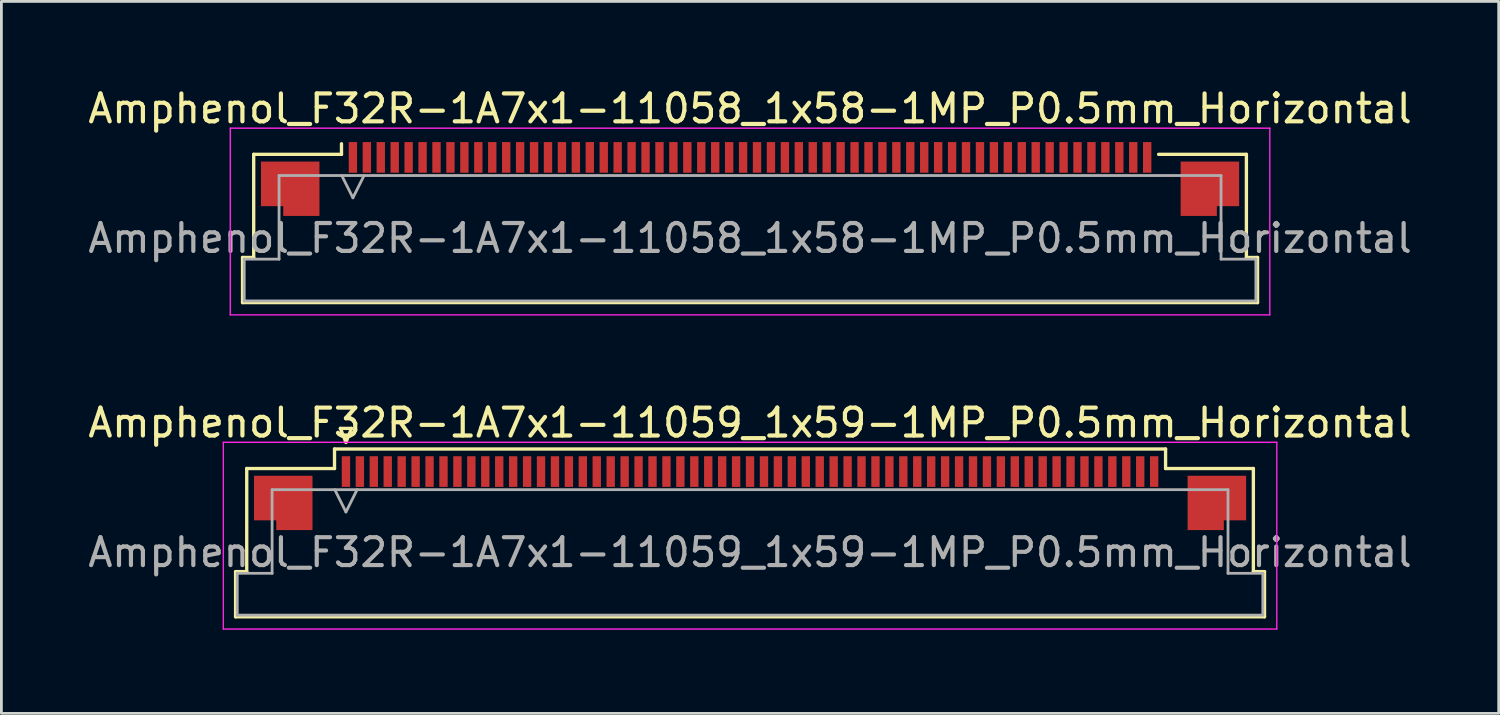
<source format=kicad_pcb>
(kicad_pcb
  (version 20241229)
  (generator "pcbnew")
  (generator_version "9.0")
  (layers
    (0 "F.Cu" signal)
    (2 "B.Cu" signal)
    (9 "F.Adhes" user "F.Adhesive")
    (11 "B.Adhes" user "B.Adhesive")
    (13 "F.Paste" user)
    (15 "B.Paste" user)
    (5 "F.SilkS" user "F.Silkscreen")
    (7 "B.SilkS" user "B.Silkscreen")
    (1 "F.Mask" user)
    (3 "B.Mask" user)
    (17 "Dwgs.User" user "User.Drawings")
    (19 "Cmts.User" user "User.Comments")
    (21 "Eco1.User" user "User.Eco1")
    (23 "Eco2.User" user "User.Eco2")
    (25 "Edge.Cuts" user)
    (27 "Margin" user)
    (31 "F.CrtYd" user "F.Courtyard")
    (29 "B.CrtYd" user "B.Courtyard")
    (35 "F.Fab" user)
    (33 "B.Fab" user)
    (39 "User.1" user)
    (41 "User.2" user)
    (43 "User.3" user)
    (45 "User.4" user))
  (footprint "Amphenol_F32R-1A7x1-11059_1x59-1MP_P0.5mm_Horizontal"
    (layer "F.Cu")
    (at 23.863 16.771)
    (property "Reference" "Amphenol_F32R-1A7x1-11059_1x59-1MP_P0.5mm_Horizontal" (at 0 -4.65 0) (layer "F.SilkS") (effects (font (size 1 1) (thickness 0.15))))
    (attr smd)
    (fp_line (start -18.46 0.69) (end -18.06 0.69) (stroke (width 0.12) (type solid)) (layer "F.SilkS"))
    (fp_line (start -18.46 2.31) (end -18.46 0.69) (stroke (width 0.12) (type solid)) (layer "F.SilkS"))
    (fp_line (start -18.06 -3.01) (end -14.91 -3.01) (stroke (width 0.12) (type solid)) (layer "F.SilkS"))
    (fp_line (start -18.06 0.69) (end -18.06 -3.01) (stroke (width 0.12) (type solid)) (layer "F.SilkS"))
    (fp_line (start -14.91 -3.71) (end 14.91 -3.71) (stroke (width 0.12) (type solid)) (layer "F.SilkS"))
    (fp_line (start -14.91 -3.01) (end -14.91 -3.71) (stroke (width 0.12) (type solid)) (layer "F.SilkS"))
    (fp_line (start -14.7 -4.45) (end -14.5 -3.95) (stroke (width 0.12) (type solid)) (layer "F.SilkS"))
    (fp_line (start -14.5 -3.95) (end -14.3 -4.45) (stroke (width 0.12) (type solid)) (layer "F.SilkS"))
    (fp_line (start -14.3 -4.45) (end -14.7 -4.45) (stroke (width 0.12) (type solid)) (layer "F.SilkS"))
    (fp_line (start 14.91 -3.71) (end 14.91 -3.01) (stroke (width 0.12) (type solid)) (layer "F.SilkS"))
    (fp_line (start 14.91 -3.01) (end 18.06 -3.01) (stroke (width 0.12) (type solid)) (layer "F.SilkS"))
    (fp_line (start 18.06 -3.01) (end 18.06 0.69) (stroke (width 0.12) (type solid)) (layer "F.SilkS"))
    (fp_line (start 18.06 0.69) (end 18.46 0.69) (stroke (width 0.12) (type solid)) (layer "F.SilkS"))
    (fp_line (start 18.46 0.69) (end 18.46 2.31) (stroke (width 0.12) (type solid)) (layer "F.SilkS"))
    (fp_line (start 18.46 2.31) (end -18.46 2.31) (stroke (width 0.12) (type solid)) (layer "F.SilkS"))
    (fp_line (start -18.9 -3.95) (end -18.9 2.75) (stroke (width 0.05) (type solid)) (layer "F.CrtYd"))
    (fp_line (start -18.9 2.75) (end 18.9 2.75) (stroke (width 0.05) (type solid)) (layer "F.CrtYd"))
    (fp_line (start 18.9 -3.95) (end -18.9 -3.95) (stroke (width 0.05) (type solid)) (layer "F.CrtYd"))
    (fp_line (start 18.9 2.75) (end 18.9 -3.95) (stroke (width 0.05) (type solid)) (layer "F.CrtYd"))
    (fp_line (start -18.4 0.75) (end -17.15 0.75) (stroke (width 0.1) (type solid)) (layer "F.Fab"))
    (fp_line (start -18.4 2.25) (end -18.4 0.75) (stroke (width 0.1) (type solid)) (layer "F.Fab"))
    (fp_line (start -17.15 -2.25) (end 17.15 -2.25) (stroke (width 0.1) (type solid)) (layer "F.Fab"))
    (fp_line (start -17.15 0.75) (end -17.15 -2.25) (stroke (width 0.1) (type solid)) (layer "F.Fab"))
    (fp_line (start -14.9 -2.25) (end -14.5 -1.45) (stroke (width 0.1) (type solid)) (layer "F.Fab"))
    (fp_line (start -14.5 -1.45) (end -14.1 -2.25) (stroke (width 0.1) (type solid)) (layer "F.Fab"))
    (fp_line (start 17.15 -2.25) (end 17.15 0.75) (stroke (width 0.1) (type solid)) (layer "F.Fab"))
    (fp_line (start 17.15 0.75) (end 18.4 0.75) (stroke (width 0.1) (type solid)) (layer "F.Fab"))
    (fp_line (start 18.4 0.75) (end 18.4 2.25) (stroke (width 0.1) (type solid)) (layer "F.Fab"))
    (fp_line (start 18.4 2.25) (end -18.4 2.25) (stroke (width 0.1) (type solid)) (layer "F.Fab"))
    (fp_text user "${REFERENCE}" (at 0 0 0) (layer "F.Fab") (effects (font (size 1 1) (thickness 0.15))))
    (pad "1" smd rect (at -14.5 -2.9) (size 0.3 1.1) (layers "F.Cu" "F.Mask" "F.Paste"))
    (pad "2" smd rect (at -14 -2.9) (size 0.3 1.1) (layers "F.Cu" "F.Mask" "F.Paste"))
    (pad "3" smd rect (at -13.5 -2.9) (size 0.3 1.1) (layers "F.Cu" "F.Mask" "F.Paste"))
    (pad "4" smd rect (at -13 -2.9) (size 0.3 1.1) (layers "F.Cu" "F.Mask" "F.Paste"))
    (pad "5" smd rect (at -12.5 -2.9) (size 0.3 1.1) (layers "F.Cu" "F.Mask" "F.Paste"))
    (pad "6" smd rect (at -12 -2.9) (size 0.3 1.1) (layers "F.Cu" "F.Mask" "F.Paste"))
    (pad "7" smd rect (at -11.5 -2.9) (size 0.3 1.1) (layers "F.Cu" "F.Mask" "F.Paste"))
    (pad "8" smd rect (at -11 -2.9) (size 0.3 1.1) (layers "F.Cu" "F.Mask" "F.Paste"))
    (pad "9" smd rect (at -10.5 -2.9) (size 0.3 1.1) (layers "F.Cu" "F.Mask" "F.Paste"))
    (pad "10" smd rect (at -10 -2.9) (size 0.3 1.1) (layers "F.Cu" "F.Mask" "F.Paste"))
    (pad "11" smd rect (at -9.5 -2.9) (size 0.3 1.1) (layers "F.Cu" "F.Mask" "F.Paste"))
    (pad "12" smd rect (at -9 -2.9) (size 0.3 1.1) (layers "F.Cu" "F.Mask" "F.Paste"))
    (pad "13" smd rect (at -8.5 -2.9) (size 0.3 1.1) (layers "F.Cu" "F.Mask" "F.Paste"))
    (pad "14" smd rect (at -8 -2.9) (size 0.3 1.1) (layers "F.Cu" "F.Mask" "F.Paste"))
    (pad "15" smd rect (at -7.5 -2.9) (size 0.3 1.1) (layers "F.Cu" "F.Mask" "F.Paste"))
    (pad "16" smd rect (at -7 -2.9) (size 0.3 1.1) (layers "F.Cu" "F.Mask" "F.Paste"))
    (pad "17" smd rect (at -6.5 -2.9) (size 0.3 1.1) (layers "F.Cu" "F.Mask" "F.Paste"))
    (pad "18" smd rect (at -6 -2.9) (size 0.3 1.1) (layers "F.Cu" "F.Mask" "F.Paste"))
    (pad "19" smd rect (at -5.5 -2.9) (size 0.3 1.1) (layers "F.Cu" "F.Mask" "F.Paste"))
    (pad "20" smd rect (at -5 -2.9) (size 0.3 1.1) (layers "F.Cu" "F.Mask" "F.Paste"))
    (pad "21" smd rect (at -4.5 -2.9) (size 0.3 1.1) (layers "F.Cu" "F.Mask" "F.Paste"))
    (pad "22" smd rect (at -4 -2.9) (size 0.3 1.1) (layers "F.Cu" "F.Mask" "F.Paste"))
    (pad "23" smd rect (at -3.5 -2.9) (size 0.3 1.1) (layers "F.Cu" "F.Mask" "F.Paste"))
    (pad "24" smd rect (at -3 -2.9) (size 0.3 1.1) (layers "F.Cu" "F.Mask" "F.Paste"))
    (pad "25" smd rect (at -2.5 -2.9) (size 0.3 1.1) (layers "F.Cu" "F.Mask" "F.Paste"))
    (pad "26" smd rect (at -2 -2.9) (size 0.3 1.1) (layers "F.Cu" "F.Mask" "F.Paste"))
    (pad "27" smd rect (at -1.5 -2.9) (size 0.3 1.1) (layers "F.Cu" "F.Mask" "F.Paste"))
    (pad "28" smd rect (at -1 -2.9) (size 0.3 1.1) (layers "F.Cu" "F.Mask" "F.Paste"))
    (pad "29" smd rect (at -0.5 -2.9) (size 0.3 1.1) (layers "F.Cu" "F.Mask" "F.Paste"))
    (pad "30" smd rect (at 0 -2.9) (size 0.3 1.1) (layers "F.Cu" "F.Mask" "F.Paste"))
    (pad "31" smd rect (at 0.5 -2.9) (size 0.3 1.1) (layers "F.Cu" "F.Mask" "F.Paste"))
    (pad "32" smd rect (at 1 -2.9) (size 0.3 1.1) (layers "F.Cu" "F.Mask" "F.Paste"))
    (pad "33" smd rect (at 1.5 -2.9) (size 0.3 1.1) (layers "F.Cu" "F.Mask" "F.Paste"))
    (pad "34" smd rect (at 2 -2.9) (size 0.3 1.1) (layers "F.Cu" "F.Mask" "F.Paste"))
    (pad "35" smd rect (at 2.5 -2.9) (size 0.3 1.1) (layers "F.Cu" "F.Mask" "F.Paste"))
    (pad "36" smd rect (at 3 -2.9) (size 0.3 1.1) (layers "F.Cu" "F.Mask" "F.Paste"))
    (pad "37" smd rect (at 3.5 -2.9) (size 0.3 1.1) (layers "F.Cu" "F.Mask" "F.Paste"))
    (pad "38" smd rect (at 4 -2.9) (size 0.3 1.1) (layers "F.Cu" "F.Mask" "F.Paste"))
    (pad "39" smd rect (at 4.5 -2.9) (size 0.3 1.1) (layers "F.Cu" "F.Mask" "F.Paste"))
    (pad "40" smd rect (at 5 -2.9) (size 0.3 1.1) (layers "F.Cu" "F.Mask" "F.Paste"))
    (pad "41" smd rect (at 5.5 -2.9) (size 0.3 1.1) (layers "F.Cu" "F.Mask" "F.Paste"))
    (pad "42" smd rect (at 6 -2.9) (size 0.3 1.1) (layers "F.Cu" "F.Mask" "F.Paste"))
    (pad "43" smd rect (at 6.5 -2.9) (size 0.3 1.1) (layers "F.Cu" "F.Mask" "F.Paste"))
    (pad "44" smd rect (at 7 -2.9) (size 0.3 1.1) (layers "F.Cu" "F.Mask" "F.Paste"))
    (pad "45" smd rect (at 7.5 -2.9) (size 0.3 1.1) (layers "F.Cu" "F.Mask" "F.Paste"))
    (pad "46" smd rect (at 8 -2.9) (size 0.3 1.1) (layers "F.Cu" "F.Mask" "F.Paste"))
    (pad "47" smd rect (at 8.5 -2.9) (size 0.3 1.1) (layers "F.Cu" "F.Mask" "F.Paste"))
    (pad "48" smd rect (at 9 -2.9) (size 0.3 1.1) (layers "F.Cu" "F.Mask" "F.Paste"))
    (pad "49" smd rect (at 9.5 -2.9) (size 0.3 1.1) (layers "F.Cu" "F.Mask" "F.Paste"))
    (pad "50" smd rect (at 10 -2.9) (size 0.3 1.1) (layers "F.Cu" "F.Mask" "F.Paste"))
    (pad "51" smd rect (at 10.5 -2.9) (size 0.3 1.1) (layers "F.Cu" "F.Mask" "F.Paste"))
    (pad "52" smd rect (at 11 -2.9) (size 0.3 1.1) (layers "F.Cu" "F.Mask" "F.Paste"))
    (pad "53" smd rect (at 11.5 -2.9) (size 0.3 1.1) (layers "F.Cu" "F.Mask" "F.Paste"))
    (pad "54" smd rect (at 12 -2.9) (size 0.3 1.1) (layers "F.Cu" "F.Mask" "F.Paste"))
    (pad "55" smd rect (at 12.5 -2.9) (size 0.3 1.1) (layers "F.Cu" "F.Mask" "F.Paste"))
    (pad "56" smd rect (at 13 -2.9) (size 0.3 1.1) (layers "F.Cu" "F.Mask" "F.Paste"))
    (pad "57" smd rect (at 13.5 -2.9) (size 0.3 1.1) (layers "F.Cu" "F.Mask" "F.Paste"))
    (pad "58" smd rect (at 14 -2.9) (size 0.3 1.1) (layers "F.Cu" "F.Mask" "F.Paste"))
    (pad "59" smd rect (at 14.5 -2.9) (size 0.3 1.1) (layers "F.Cu" "F.Mask" "F.Paste"))
    (pad "MP" smd custom (at -16.75 -1.775) (size 1 1) (layers "F.Cu" "F.Mask" "F.Paste") (options (anchor circle)) (primitives (gr_poly (pts (xy 1.05 -0.975) (xy 1.05 0.975) (xy -0.25 0.975) (xy -0.25 0.625) (xy -1.05 0.625) (xy -1.05 -0.975) (xy 1.05 -0.975)) (width 0) (fill yes))))
    (pad "MP" smd custom (at 16.75 -1.775) (size 1 1) (layers "F.Cu" "F.Mask" "F.Paste") (options (anchor circle)) (primitives (gr_poly (pts (xy -1.05 -0.975) (xy -1.05 0.975) (xy 0.25 0.975) (xy 0.25 0.625) (xy 1.05 0.625) (xy 1.05 -0.975) (xy -1.05 -0.975)) (width 0) (fill yes)))))
  (footprint "Amphenol_F32R-1A7x1-11058_1x58-1MP_P0.5mm_Horizontal"
    (layer "F.Cu")
    (at 23.863 5.498)
    (property "Reference" "Amphenol_F32R-1A7x1-11058_1x58-1MP_P0.5mm_Horizontal" (at 0 -4.65 0) (layer "F.SilkS") (effects (font (size 1 1) (thickness 0.15))))
    (attr smd)
    (fp_line (start -18.21 0.69) (end -17.81 0.69) (stroke (width 0.12) (type solid)) (layer "F.SilkS"))
    (fp_line (start -18.21 2.31) (end -18.21 0.69) (stroke (width 0.12) (type solid)) (layer "F.SilkS"))
    (fp_line (start -17.81 -3.01) (end -14.66 -3.01) (stroke (width 0.12) (type solid)) (layer "F.SilkS"))
    (fp_line (start -17.81 0.69) (end -17.81 -3.01) (stroke (width 0.12) (type solid)) (layer "F.SilkS"))
    (fp_line (start -14.66 -3.01) (end -14.66 -3.39) (stroke (width 0.12) (type solid)) (layer "F.SilkS"))
    (fp_line (start 14.66 -3.01) (end 17.81 -3.01) (stroke (width 0.12) (type solid)) (layer "F.SilkS"))
    (fp_line (start 17.81 -3.01) (end 17.81 0.69) (stroke (width 0.12) (type solid)) (layer "F.SilkS"))
    (fp_line (start 17.81 0.69) (end 18.21 0.69) (stroke (width 0.12) (type solid)) (layer "F.SilkS"))
    (fp_line (start 18.21 0.69) (end 18.21 2.31) (stroke (width 0.12) (type solid)) (layer "F.SilkS"))
    (fp_line (start 18.21 2.31) (end -18.21 2.31) (stroke (width 0.12) (type solid)) (layer "F.SilkS"))
    (fp_line (start -18.65 -3.95) (end -18.65 2.75) (stroke (width 0.05) (type solid)) (layer "F.CrtYd"))
    (fp_line (start -18.65 2.75) (end 18.65 2.75) (stroke (width 0.05) (type solid)) (layer "F.CrtYd"))
    (fp_line (start 18.65 -3.95) (end -18.65 -3.95) (stroke (width 0.05) (type solid)) (layer "F.CrtYd"))
    (fp_line (start 18.65 2.75) (end 18.65 -3.95) (stroke (width 0.05) (type solid)) (layer "F.CrtYd"))
    (fp_line (start -18.15 0.75) (end -16.9 0.75) (stroke (width 0.1) (type solid)) (layer "F.Fab"))
    (fp_line (start -18.15 2.25) (end -18.15 0.75) (stroke (width 0.1) (type solid)) (layer "F.Fab"))
    (fp_line (start -16.9 -2.25) (end 16.9 -2.25) (stroke (width 0.1) (type solid)) (layer "F.Fab"))
    (fp_line (start -16.9 0.75) (end -16.9 -2.25) (stroke (width 0.1) (type solid)) (layer "F.Fab"))
    (fp_line (start -14.65 -2.25) (end -14.25 -1.45) (stroke (width 0.1) (type solid)) (layer "F.Fab"))
    (fp_line (start -14.25 -1.45) (end -13.85 -2.25) (stroke (width 0.1) (type solid)) (layer "F.Fab"))
    (fp_line (start 16.9 -2.25) (end 16.9 0.75) (stroke (width 0.1) (type solid)) (layer "F.Fab"))
    (fp_line (start 16.9 0.75) (end 18.15 0.75) (stroke (width 0.1) (type solid)) (layer "F.Fab"))
    (fp_line (start 18.15 0.75) (end 18.15 2.25) (stroke (width 0.1) (type solid)) (layer "F.Fab"))
    (fp_line (start 18.15 2.25) (end -18.15 2.25) (stroke (width 0.1) (type solid)) (layer "F.Fab"))
    (fp_text user "${REFERENCE}" (at 0 0 0) (layer "F.Fab") (effects (font (size 1 1) (thickness 0.15))))
    (pad "1" smd rect (at -14.25 -2.9) (size 0.3 1.1) (layers "F.Cu" "F.Mask" "F.Paste"))
    (pad "2" smd rect (at -13.75 -2.9) (size 0.3 1.1) (layers "F.Cu" "F.Mask" "F.Paste"))
    (pad "3" smd rect (at -13.25 -2.9) (size 0.3 1.1) (layers "F.Cu" "F.Mask" "F.Paste"))
    (pad "4" smd rect (at -12.75 -2.9) (size 0.3 1.1) (layers "F.Cu" "F.Mask" "F.Paste"))
    (pad "5" smd rect (at -12.25 -2.9) (size 0.3 1.1) (layers "F.Cu" "F.Mask" "F.Paste"))
    (pad "6" smd rect (at -11.75 -2.9) (size 0.3 1.1) (layers "F.Cu" "F.Mask" "F.Paste"))
    (pad "7" smd rect (at -11.25 -2.9) (size 0.3 1.1) (layers "F.Cu" "F.Mask" "F.Paste"))
    (pad "8" smd rect (at -10.75 -2.9) (size 0.3 1.1) (layers "F.Cu" "F.Mask" "F.Paste"))
    (pad "9" smd rect (at -10.25 -2.9) (size 0.3 1.1) (layers "F.Cu" "F.Mask" "F.Paste"))
    (pad "10" smd rect (at -9.75 -2.9) (size 0.3 1.1) (layers "F.Cu" "F.Mask" "F.Paste"))
    (pad "11" smd rect (at -9.25 -2.9) (size 0.3 1.1) (layers "F.Cu" "F.Mask" "F.Paste"))
    (pad "12" smd rect (at -8.75 -2.9) (size 0.3 1.1) (layers "F.Cu" "F.Mask" "F.Paste"))
    (pad "13" smd rect (at -8.25 -2.9) (size 0.3 1.1) (layers "F.Cu" "F.Mask" "F.Paste"))
    (pad "14" smd rect (at -7.75 -2.9) (size 0.3 1.1) (layers "F.Cu" "F.Mask" "F.Paste"))
    (pad "15" smd rect (at -7.25 -2.9) (size 0.3 1.1) (layers "F.Cu" "F.Mask" "F.Paste"))
    (pad "16" smd rect (at -6.75 -2.9) (size 0.3 1.1) (layers "F.Cu" "F.Mask" "F.Paste"))
    (pad "17" smd rect (at -6.25 -2.9) (size 0.3 1.1) (layers "F.Cu" "F.Mask" "F.Paste"))
    (pad "18" smd rect (at -5.75 -2.9) (size 0.3 1.1) (layers "F.Cu" "F.Mask" "F.Paste"))
    (pad "19" smd rect (at -5.25 -2.9) (size 0.3 1.1) (layers "F.Cu" "F.Mask" "F.Paste"))
    (pad "20" smd rect (at -4.75 -2.9) (size 0.3 1.1) (layers "F.Cu" "F.Mask" "F.Paste"))
    (pad "21" smd rect (at -4.25 -2.9) (size 0.3 1.1) (layers "F.Cu" "F.Mask" "F.Paste"))
    (pad "22" smd rect (at -3.75 -2.9) (size 0.3 1.1) (layers "F.Cu" "F.Mask" "F.Paste"))
    (pad "23" smd rect (at -3.25 -2.9) (size 0.3 1.1) (layers "F.Cu" "F.Mask" "F.Paste"))
    (pad "24" smd rect (at -2.75 -2.9) (size 0.3 1.1) (layers "F.Cu" "F.Mask" "F.Paste"))
    (pad "25" smd rect (at -2.25 -2.9) (size 0.3 1.1) (layers "F.Cu" "F.Mask" "F.Paste"))
    (pad "26" smd rect (at -1.75 -2.9) (size 0.3 1.1) (layers "F.Cu" "F.Mask" "F.Paste"))
    (pad "27" smd rect (at -1.25 -2.9) (size 0.3 1.1) (layers "F.Cu" "F.Mask" "F.Paste"))
    (pad "28" smd rect (at -0.75 -2.9) (size 0.3 1.1) (layers "F.Cu" "F.Mask" "F.Paste"))
    (pad "29" smd rect (at -0.25 -2.9) (size 0.3 1.1) (layers "F.Cu" "F.Mask" "F.Paste"))
    (pad "30" smd rect (at 0.25 -2.9) (size 0.3 1.1) (layers "F.Cu" "F.Mask" "F.Paste"))
    (pad "31" smd rect (at 0.75 -2.9) (size 0.3 1.1) (layers "F.Cu" "F.Mask" "F.Paste"))
    (pad "32" smd rect (at 1.25 -2.9) (size 0.3 1.1) (layers "F.Cu" "F.Mask" "F.Paste"))
    (pad "33" smd rect (at 1.75 -2.9) (size 0.3 1.1) (layers "F.Cu" "F.Mask" "F.Paste"))
    (pad "34" smd rect (at 2.25 -2.9) (size 0.3 1.1) (layers "F.Cu" "F.Mask" "F.Paste"))
    (pad "35" smd rect (at 2.75 -2.9) (size 0.3 1.1) (layers "F.Cu" "F.Mask" "F.Paste"))
    (pad "36" smd rect (at 3.25 -2.9) (size 0.3 1.1) (layers "F.Cu" "F.Mask" "F.Paste"))
    (pad "37" smd rect (at 3.75 -2.9) (size 0.3 1.1) (layers "F.Cu" "F.Mask" "F.Paste"))
    (pad "38" smd rect (at 4.25 -2.9) (size 0.3 1.1) (layers "F.Cu" "F.Mask" "F.Paste"))
    (pad "39" smd rect (at 4.75 -2.9) (size 0.3 1.1) (layers "F.Cu" "F.Mask" "F.Paste"))
    (pad "40" smd rect (at 5.25 -2.9) (size 0.3 1.1) (layers "F.Cu" "F.Mask" "F.Paste"))
    (pad "41" smd rect (at 5.75 -2.9) (size 0.3 1.1) (layers "F.Cu" "F.Mask" "F.Paste"))
    (pad "42" smd rect (at 6.25 -2.9) (size 0.3 1.1) (layers "F.Cu" "F.Mask" "F.Paste"))
    (pad "43" smd rect (at 6.75 -2.9) (size 0.3 1.1) (layers "F.Cu" "F.Mask" "F.Paste"))
    (pad "44" smd rect (at 7.25 -2.9) (size 0.3 1.1) (layers "F.Cu" "F.Mask" "F.Paste"))
    (pad "45" smd rect (at 7.75 -2.9) (size 0.3 1.1) (layers "F.Cu" "F.Mask" "F.Paste"))
    (pad "46" smd rect (at 8.25 -2.9) (size 0.3 1.1) (layers "F.Cu" "F.Mask" "F.Paste"))
    (pad "47" smd rect (at 8.75 -2.9) (size 0.3 1.1) (layers "F.Cu" "F.Mask" "F.Paste"))
    (pad "48" smd rect (at 9.25 -2.9) (size 0.3 1.1) (layers "F.Cu" "F.Mask" "F.Paste"))
    (pad "49" smd rect (at 9.75 -2.9) (size 0.3 1.1) (layers "F.Cu" "F.Mask" "F.Paste"))
    (pad "50" smd rect (at 10.25 -2.9) (size 0.3 1.1) (layers "F.Cu" "F.Mask" "F.Paste"))
    (pad "51" smd rect (at 10.75 -2.9) (size 0.3 1.1) (layers "F.Cu" "F.Mask" "F.Paste"))
    (pad "52" smd rect (at 11.25 -2.9) (size 0.3 1.1) (layers "F.Cu" "F.Mask" "F.Paste"))
    (pad "53" smd rect (at 11.75 -2.9) (size 0.3 1.1) (layers "F.Cu" "F.Mask" "F.Paste"))
    (pad "54" smd rect (at 12.25 -2.9) (size 0.3 1.1) (layers "F.Cu" "F.Mask" "F.Paste"))
    (pad "55" smd rect (at 12.75 -2.9) (size 0.3 1.1) (layers "F.Cu" "F.Mask" "F.Paste"))
    (pad "56" smd rect (at 13.25 -2.9) (size 0.3 1.1) (layers "F.Cu" "F.Mask" "F.Paste"))
    (pad "57" smd rect (at 13.75 -2.9) (size 0.3 1.1) (layers "F.Cu" "F.Mask" "F.Paste"))
    (pad "58" smd rect (at 14.25 -2.9) (size 0.3 1.1) (layers "F.Cu" "F.Mask" "F.Paste"))
    (pad "MP" smd custom (at -16.5 -1.775) (size 1 1) (layers "F.Cu" "F.Mask" "F.Paste") (options (anchor circle)) (primitives (gr_poly (pts (xy 1.05 -0.975) (xy 1.05 0.975) (xy -0.25 0.975) (xy -0.25 0.625) (xy -1.05 0.625) (xy -1.05 -0.975) (xy 1.05 -0.975)) (width 0) (fill yes))))
    (pad "MP" smd custom (at 16.5 -1.775) (size 1 1) (layers "F.Cu" "F.Mask" "F.Paste") (options (anchor circle)) (primitives (gr_poly (pts (xy -1.05 -0.975) (xy -1.05 0.975) (xy 0.25 0.975) (xy 0.25 0.625) (xy 1.05 0.625) (xy 1.05 -0.975) (xy -1.05 -0.975)) (width 0) (fill yes)))))
  (gr_rect
    (start -3 -3)
    (end 50.726 22.547)
    (stroke (width 0.1) (type default))
    (fill no)
    (layer "Edge.Cuts")))
</source>
